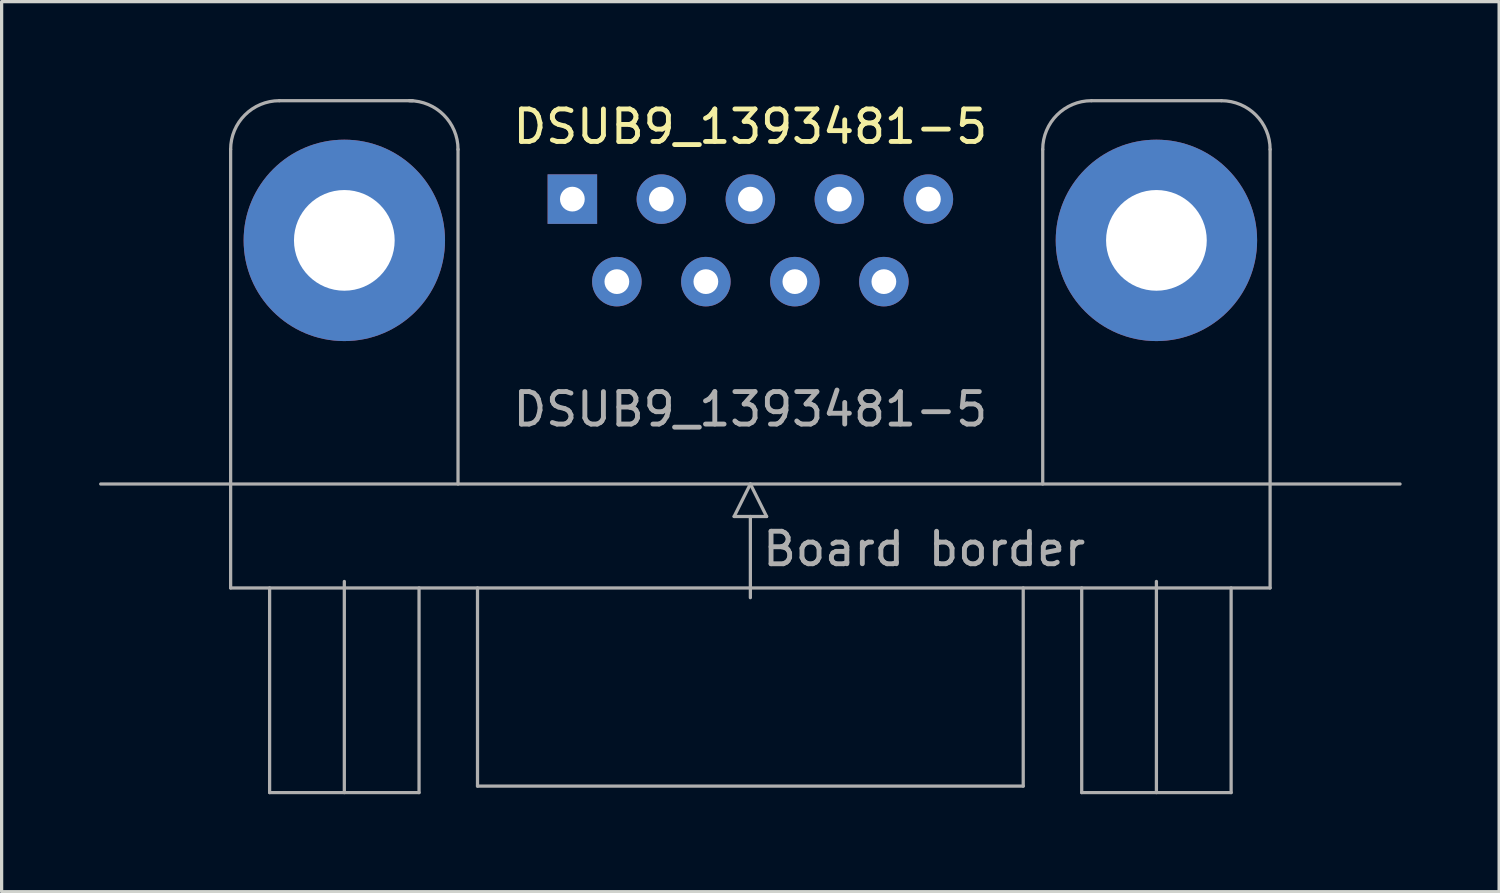
<source format=kicad_pcb>
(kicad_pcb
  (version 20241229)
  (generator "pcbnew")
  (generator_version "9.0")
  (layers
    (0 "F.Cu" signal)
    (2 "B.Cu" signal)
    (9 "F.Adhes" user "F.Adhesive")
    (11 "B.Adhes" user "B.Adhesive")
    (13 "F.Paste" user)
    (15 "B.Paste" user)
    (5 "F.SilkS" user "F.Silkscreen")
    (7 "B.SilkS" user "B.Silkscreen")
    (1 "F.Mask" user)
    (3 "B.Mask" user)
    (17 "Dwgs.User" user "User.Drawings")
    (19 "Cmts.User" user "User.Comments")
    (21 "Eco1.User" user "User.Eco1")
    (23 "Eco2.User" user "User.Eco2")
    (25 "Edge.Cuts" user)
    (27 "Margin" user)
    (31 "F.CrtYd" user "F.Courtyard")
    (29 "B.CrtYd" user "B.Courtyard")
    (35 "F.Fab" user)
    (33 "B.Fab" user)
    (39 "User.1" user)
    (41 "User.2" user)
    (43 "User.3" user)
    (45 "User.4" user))
  (footprint "DSUB9_1393481-5"
    (layer "F.Cu")
    (at 20.05 4.35)
    (property "Reference" "DSUB9_1393481-5" (at 0 -3.5 0) (unlocked yes) (layer "F.SilkS") (effects (font (size 1 1) (thickness 0.15))))
    (attr through_hole)
    (fp_line (start -20 7.5) (end 20 7.5) (stroke (width 0.1) (type solid)) (layer "F.Fab"))
    (fp_line (start -16 10.7) (end -16 -2.8) (stroke (width 0.1) (type solid)) (layer "F.Fab"))
    (fp_line (start -14.8 17) (end -14.8 10.7) (stroke (width 0.1) (type solid)) (layer "F.Fab"))
    (fp_line (start -14.5 -4.3) (end -10.4 -4.3) (stroke (width 0.1) (type solid)) (layer "F.Fab"))
    (fp_line (start -12.5 10.7) (end -12.5 10.5) (stroke (width 0.1) (type solid)) (layer "F.Fab"))
    (fp_line (start -12.5 10.7) (end -12.5 17) (stroke (width 0.1) (type solid)) (layer "F.Fab"))
    (fp_line (start -10.2 10.7) (end -10.2 17) (stroke (width 0.1) (type solid)) (layer "F.Fab"))
    (fp_line (start -10.2 17) (end -14.8 17) (stroke (width 0.1) (type solid)) (layer "F.Fab"))
    (fp_line (start -9 7.5) (end -9 -2.8) (stroke (width 0.1) (type solid)) (layer "F.Fab"))
    (fp_line (start -8.4 10.7) (end -8.4 16.8) (stroke (width 0.1) (type solid)) (layer "F.Fab"))
    (fp_line (start -8.4 16.8) (end 8.4 16.8) (stroke (width 0.1) (type solid)) (layer "F.Fab"))
    (fp_line (start -0.5 8.5) (end 0.5 8.5) (stroke (width 0.1) (type solid)) (layer "F.Fab"))
    (fp_line (start 0 7.5) (end -0.5 8.5) (stroke (width 0.1) (type solid)) (layer "F.Fab"))
    (fp_line (start 0 8.5) (end 0 11) (stroke (width 0.1) (type solid)) (layer "F.Fab"))
    (fp_line (start 0.5 8.5) (end 0 7.5) (stroke (width 0.1) (type solid)) (layer "F.Fab"))
    (fp_line (start 8.4 16.8) (end 8.4 10.7) (stroke (width 0.1) (type solid)) (layer "F.Fab"))
    (fp_line (start 9 -2.8) (end 9 7.5) (stroke (width 0.1) (type solid)) (layer "F.Fab"))
    (fp_line (start 10.2 10.7) (end 10.2 17) (stroke (width 0.1) (type solid)) (layer "F.Fab"))
    (fp_line (start 10.2 17) (end 14.8 17) (stroke (width 0.1) (type solid)) (layer "F.Fab"))
    (fp_line (start 12.5 10.7) (end 12.5 10.5) (stroke (width 0.1) (type solid)) (layer "F.Fab"))
    (fp_line (start 12.5 10.7) (end 12.5 17) (stroke (width 0.1) (type solid)) (layer "F.Fab"))
    (fp_line (start 14.5 -4.3) (end 10.5 -4.3) (stroke (width 0.1) (type solid)) (layer "F.Fab"))
    (fp_line (start 14.8 17) (end 14.8 10.7) (stroke (width 0.1) (type solid)) (layer "F.Fab"))
    (fp_line (start 16 10.7) (end -16 10.7) (stroke (width 0.1) (type solid)) (layer "F.Fab"))
    (fp_line (start 16 10.7) (end 16 -2.8) (stroke (width 0.1) (type solid)) (layer "F.Fab"))
    (fp_arc (start -16 -2.8) (mid -15.56066 -3.86066) (end -14.5 -4.3) (stroke (width 0.1) (type solid)) (layer "F.Fab"))
    (fp_arc (start -10.5 -4.3) (mid -9.43934 -3.86066) (end -9 -2.8) (stroke (width 0.1) (type solid)) (layer "F.Fab"))
    (fp_arc (start 9 -2.8) (mid 9.43934 -3.86066) (end 10.5 -4.3) (stroke (width 0.1) (type solid)) (layer "F.Fab"))
    (fp_arc (start 14.5 -4.3) (mid 15.56066 -3.86066) (end 16 -2.8) (stroke (width 0.1) (type solid)) (layer "F.Fab"))
    (fp_text user "${REFERENCE}" (at 0 5.2 0) (unlocked yes) (layer "F.Fab") (effects (font (size 1 1) (thickness 0.15))))
    (fp_text user "Board border" (at 0.3 9.5 0) (unlocked yes) (layer "F.Fab") (effects (font (size 1 1) (thickness 0.15)) (justify left)))
    (pad "1" thru_hole rect (at -5.48 -1.27) (size 1.524 1.524) (drill 0.762) (layers "*.Cu" "*.Mask"))
    (pad "2" thru_hole circle (at -2.74 -1.27) (size 1.524 1.524) (drill 0.762) (layers "*.Cu" "*.Mask"))
    (pad "3" thru_hole circle (at 0 -1.27) (size 1.524 1.524) (drill 0.762) (layers "*.Cu" "*.Mask"))
    (pad "4" thru_hole circle (at 2.74 -1.27) (size 1.524 1.524) (drill 0.762) (layers "*.Cu" "*.Mask"))
    (pad "5" thru_hole circle (at 5.48 -1.27) (size 1.524 1.524) (drill 0.762) (layers "*.Cu" "*.Mask"))
    (pad "6" thru_hole circle (at -4.11 1.27) (size 1.524 1.524) (drill 0.762) (layers "*.Cu" "*.Mask"))
    (pad "7" thru_hole circle (at -1.37 1.27) (size 1.524 1.524) (drill 0.762) (layers "*.Cu" "*.Mask"))
    (pad "8" thru_hole circle (at 1.37 1.27) (size 1.524 1.524) (drill 0.762) (layers "*.Cu" "*.Mask"))
    (pad "9" thru_hole circle (at 4.11 1.27) (size 1.524 1.524) (drill 0.762) (layers "*.Cu" "*.Mask"))
    (pad "10" thru_hole circle (at -12.5 0) (size 6.2 6.2) (drill 3.1) (layers "*.Cu" "*.Mask"))
    (pad "11" thru_hole circle (at 12.5 0) (size 6.2 6.2) (drill 3.1) (layers "*.Cu" "*.Mask")))
  (gr_rect
    (start -3 -3)
    (end 43.1 24.4)
    (stroke (width 0.1) (type default))
    (fill no)
    (layer "Edge.Cuts")))
</source>
